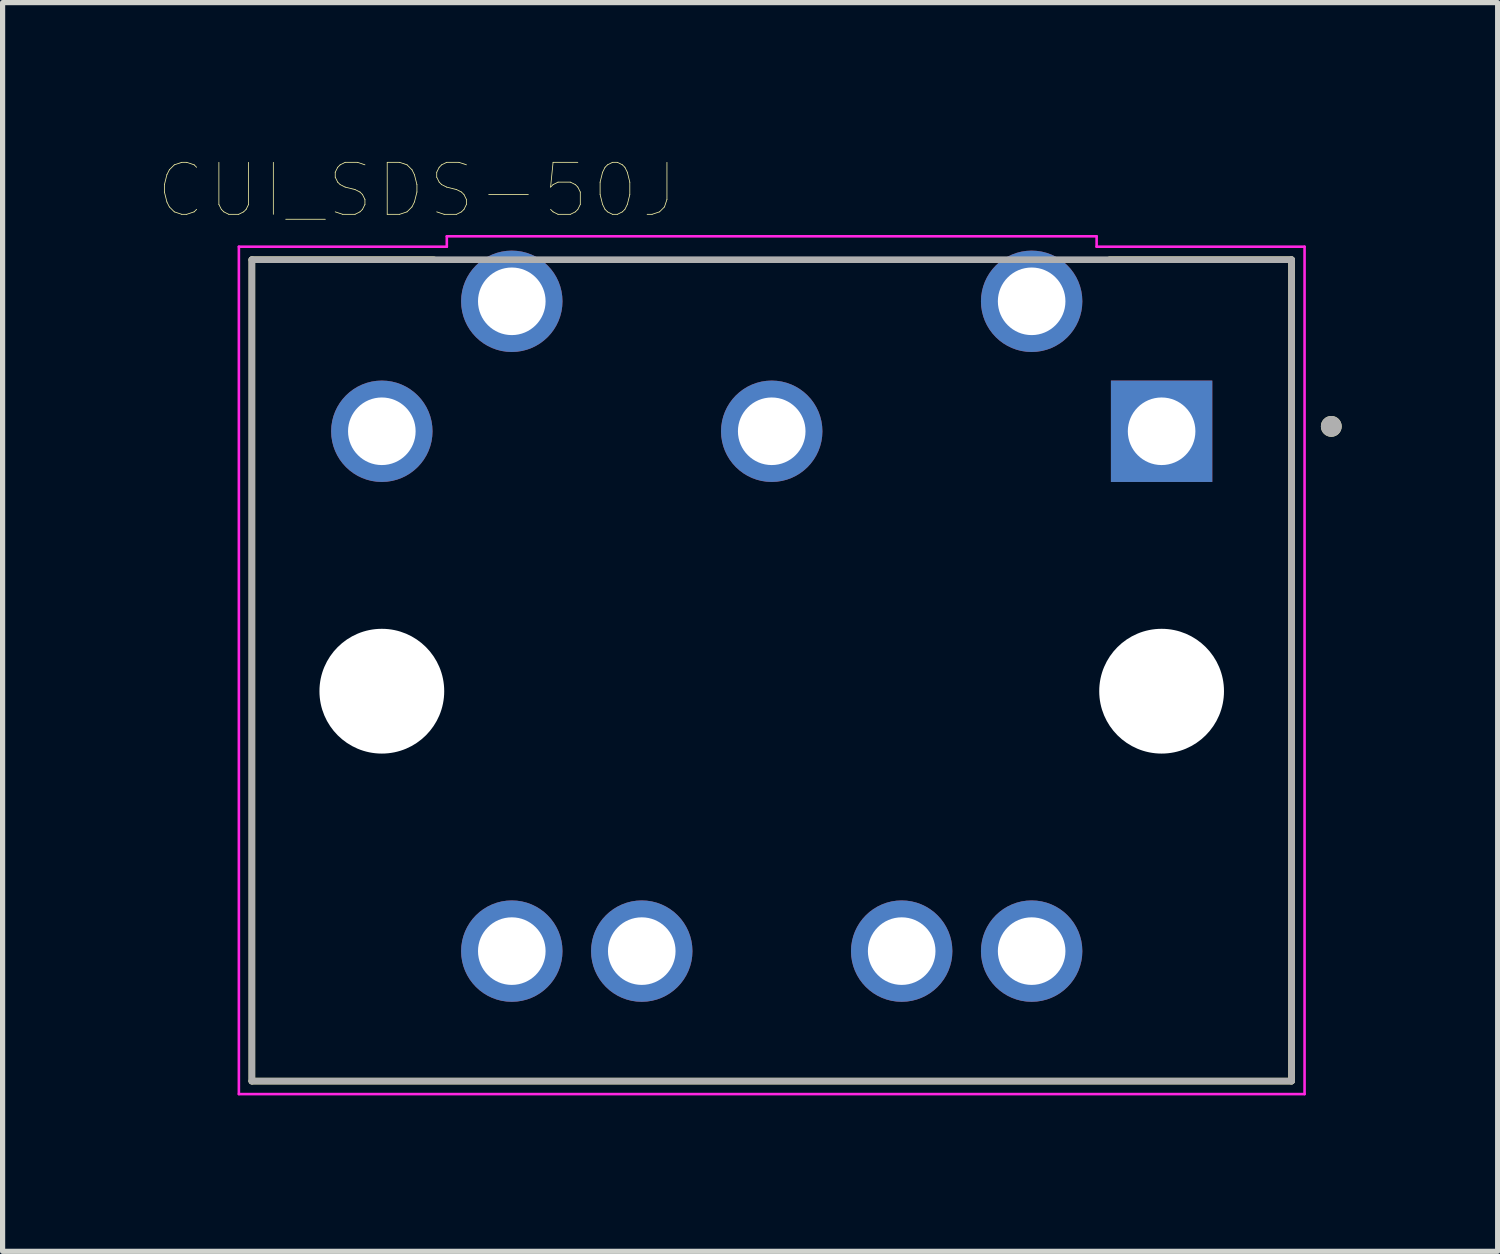
<source format=kicad_pcb>
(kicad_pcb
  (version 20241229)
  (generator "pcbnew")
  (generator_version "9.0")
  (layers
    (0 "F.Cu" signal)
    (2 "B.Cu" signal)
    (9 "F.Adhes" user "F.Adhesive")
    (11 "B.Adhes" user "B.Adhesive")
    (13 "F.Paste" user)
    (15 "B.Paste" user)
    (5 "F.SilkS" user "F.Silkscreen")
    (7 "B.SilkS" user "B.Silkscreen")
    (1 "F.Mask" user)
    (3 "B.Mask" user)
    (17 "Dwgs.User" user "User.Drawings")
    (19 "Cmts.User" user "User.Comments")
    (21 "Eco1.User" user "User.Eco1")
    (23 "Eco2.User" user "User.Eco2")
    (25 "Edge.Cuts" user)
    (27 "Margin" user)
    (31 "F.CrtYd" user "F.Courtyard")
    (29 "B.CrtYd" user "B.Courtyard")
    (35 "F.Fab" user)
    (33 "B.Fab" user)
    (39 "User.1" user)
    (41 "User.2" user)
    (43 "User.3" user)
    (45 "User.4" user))
  (footprint "CUI_SDS-50J"
    (layer "F.Cu")
    (at 11.795 10.246)
    (property "Reference" "CUI_SDS-50J" (at -6.825 -9.635 0) (layer "F.SilkS") (effects (font (size 1 1) (thickness 0.015))))
    (attr through_hole)
    (fp_line (start -10 -8.3) (end -6.5 -8.3) (stroke (width 0.127) (type solid)) (layer "F.SilkS"))
    (fp_line (start -10 7.5) (end -10 -8.3) (stroke (width 0.127) (type solid)) (layer "F.SilkS"))
    (fp_line (start -10 7.5) (end 10 7.5) (stroke (width 0.127) (type solid)) (layer "F.SilkS"))
    (fp_line (start 6.5 -8.3) (end 10 -8.3) (stroke (width 0.127) (type solid)) (layer "F.SilkS"))
    (fp_line (start 10 -8.3) (end 10 7.5) (stroke (width 0.127) (type solid)) (layer "F.SilkS"))
    (fp_circle (center 10.764 -5.094) (end 10.864 -5.094) (stroke (width 0.2) (type solid)) (fill no) (layer "F.SilkS"))
    (fp_line (start -10.25 -8.55) (end -6.25 -8.55) (stroke (width 0.05) (type solid)) (layer "F.CrtYd"))
    (fp_line (start -10.25 7.75) (end -10.25 -8.55) (stroke (width 0.05) (type solid)) (layer "F.CrtYd"))
    (fp_line (start -6.25 -8.75) (end 6.25 -8.75) (stroke (width 0.05) (type solid)) (layer "F.CrtYd"))
    (fp_line (start -6.25 -8.55) (end -6.25 -8.75) (stroke (width 0.05) (type solid)) (layer "F.CrtYd"))
    (fp_line (start 6.25 -8.75) (end 6.25 -8.55) (stroke (width 0.05) (type solid)) (layer "F.CrtYd"))
    (fp_line (start 6.25 -8.55) (end 10.25 -8.55) (stroke (width 0.05) (type solid)) (layer "F.CrtYd"))
    (fp_line (start 10.25 -8.55) (end 10.25 7.75) (stroke (width 0.05) (type solid)) (layer "F.CrtYd"))
    (fp_line (start 10.25 7.75) (end -10.25 7.75) (stroke (width 0.05) (type solid)) (layer "F.CrtYd"))
    (fp_line (start -10 -8.3) (end 10 -8.3) (stroke (width 0.127) (type solid)) (layer "F.Fab"))
    (fp_line (start -10 7.5) (end -10 -8.3) (stroke (width 0.127) (type solid)) (layer "F.Fab"))
    (fp_line (start 10 -8.3) (end 10 7.5) (stroke (width 0.127) (type solid)) (layer "F.Fab"))
    (fp_line (start 10 7.5) (end -10 7.5) (stroke (width 0.127) (type solid)) (layer "F.Fab"))
    (fp_circle (center 10.764 -5.094) (end 10.864 -5.094) (stroke (width 0.2) (type solid)) (fill no) (layer "F.Fab"))
    (pad "" np_thru_hole circle (at -7.5 0) (size 2.4 2.4) (drill 2.4) (layers "*.Cu" "*.Mask"))
    (pad "" np_thru_hole circle (at 7.5 0) (size 2.4 2.4) (drill 2.4) (layers "*.Cu" "*.Mask"))
    (pad "1" thru_hole rect (at 7.5 -5) (size 1.95 1.95) (drill 1.3) (layers "*.Cu" "*.Mask"))
    (pad "2" thru_hole circle (at 0 -5) (size 1.95 1.95) (drill 1.3) (layers "*.Cu" "*.Mask"))
    (pad "3" thru_hole circle (at -7.5 -5) (size 1.95 1.95) (drill 1.3) (layers "*.Cu" "*.Mask"))
    (pad "4" thru_hole circle (at 5 -7.5) (size 1.95 1.95) (drill 1.3) (layers "*.Cu" "*.Mask"))
    (pad "5" thru_hole circle (at -5 -7.5) (size 1.95 1.95) (drill 1.3) (layers "*.Cu" "*.Mask"))
    (pad "E1" thru_hole circle (at -5 5) (size 1.95 1.95) (drill 1.3) (layers "*.Cu" "*.Mask"))
    (pad "E1" thru_hole circle (at -2.5 5) (size 1.95 1.95) (drill 1.3) (layers "*.Cu" "*.Mask"))
    (pad "E2" thru_hole circle (at 2.5 5) (size 1.95 1.95) (drill 1.3) (layers "*.Cu" "*.Mask"))
    (pad "E2" thru_hole circle (at 5 5) (size 1.95 1.95) (drill 1.3) (layers "*.Cu" "*.Mask")))
  (gr_rect
    (start -3 -3)
    (end 25.759 21.021)
    (stroke (width 0.1) (type default))
    (fill no)
    (layer "Edge.Cuts")))
</source>
